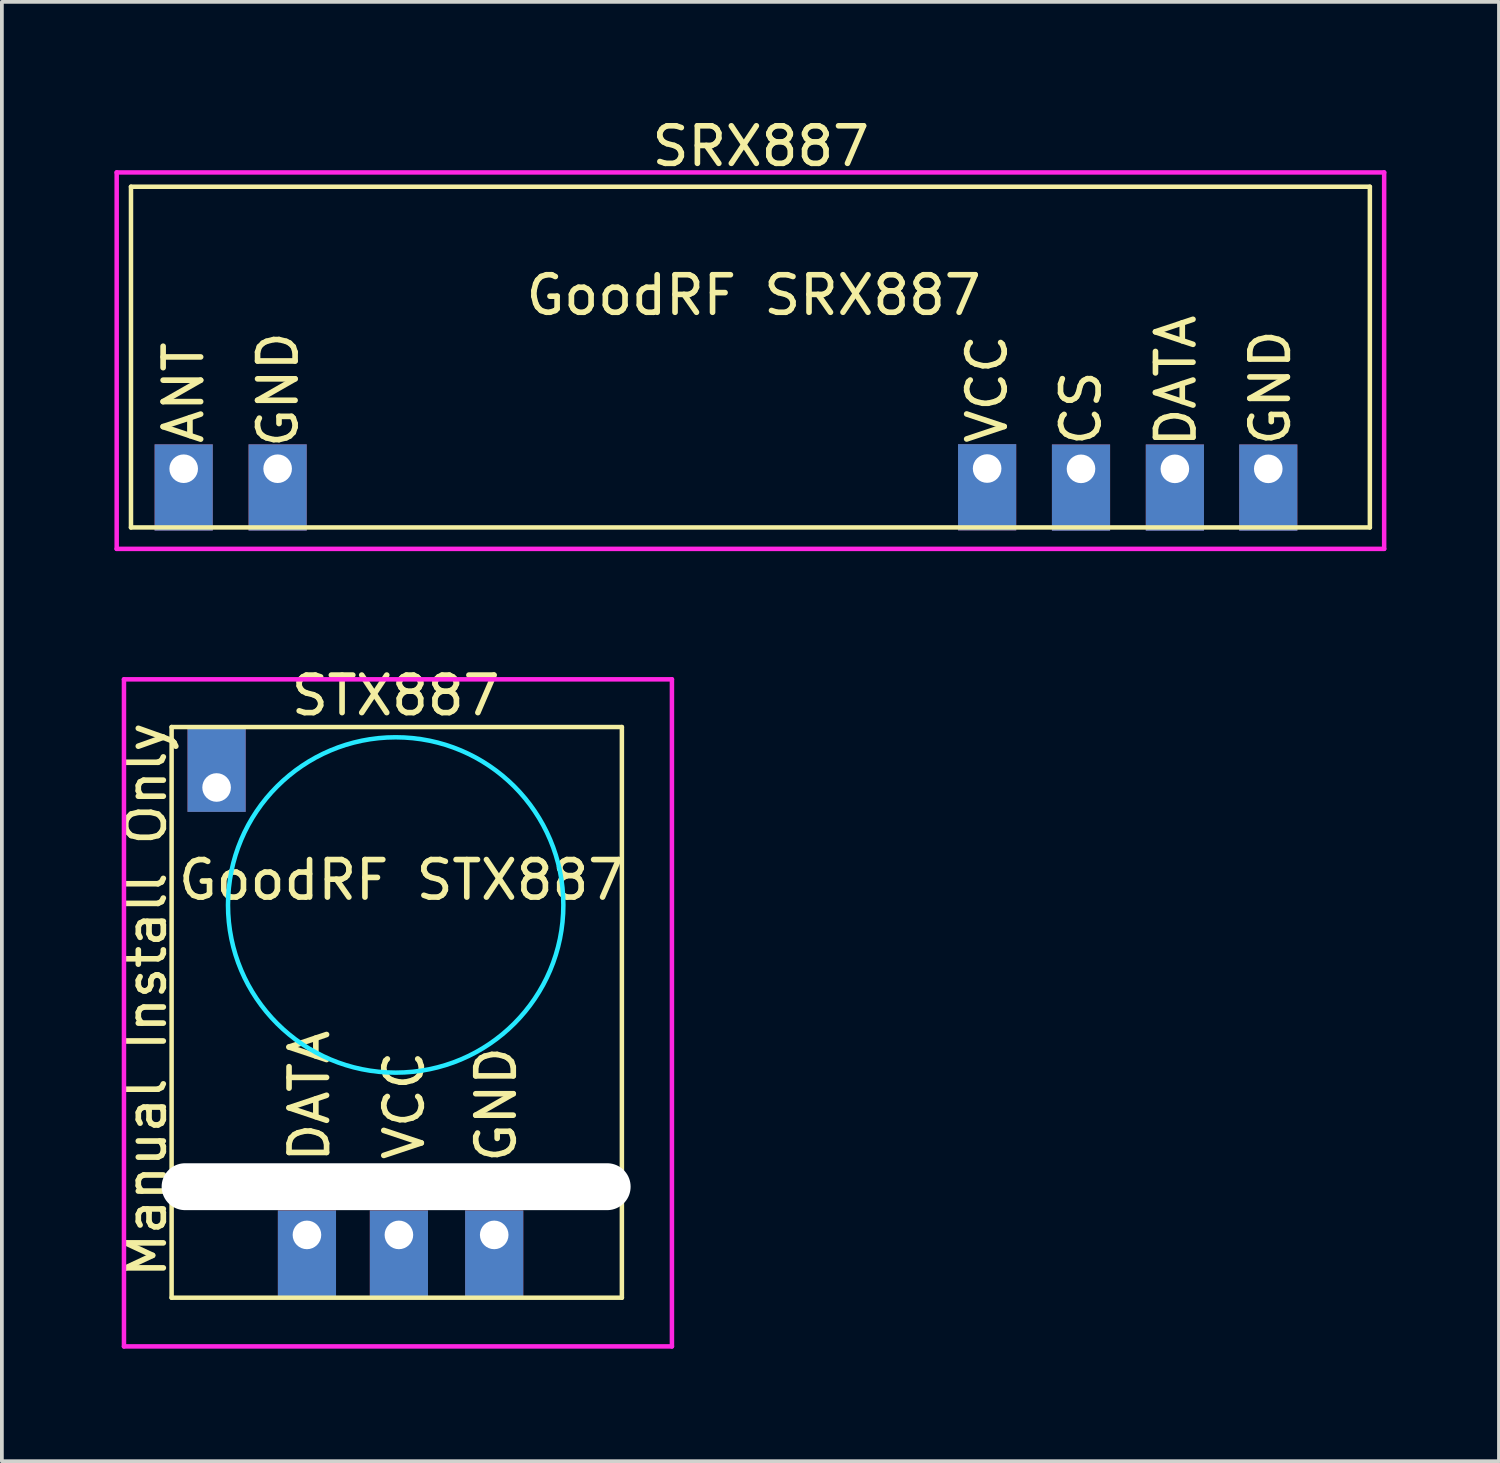
<source format=kicad_pcb>
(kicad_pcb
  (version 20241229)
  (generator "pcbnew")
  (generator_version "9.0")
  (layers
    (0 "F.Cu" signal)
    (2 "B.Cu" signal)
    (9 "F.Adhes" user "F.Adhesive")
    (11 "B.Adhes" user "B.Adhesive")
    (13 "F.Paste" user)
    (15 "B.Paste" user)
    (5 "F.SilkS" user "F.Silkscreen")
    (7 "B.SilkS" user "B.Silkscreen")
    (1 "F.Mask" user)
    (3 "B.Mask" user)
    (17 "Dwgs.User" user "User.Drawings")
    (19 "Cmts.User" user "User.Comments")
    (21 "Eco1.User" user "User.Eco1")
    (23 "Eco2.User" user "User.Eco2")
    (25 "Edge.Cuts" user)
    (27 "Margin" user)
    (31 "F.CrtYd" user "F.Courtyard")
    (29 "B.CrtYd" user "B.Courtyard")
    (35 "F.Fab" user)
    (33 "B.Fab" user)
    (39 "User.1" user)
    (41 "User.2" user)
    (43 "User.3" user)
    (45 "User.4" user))
  (footprint "STX887"
    (layer "F.Cu")
    (at 7.526 23.933)
    (property "Reference" "STX887" (at -0.03 -8.445 0) (layer "F.SilkS") (effects (font (size 1 1) (thickness 0.15))))
    (attr through_hole)
    (fp_line (start -6.002 -7.605) (end 5.999 -7.605) (stroke (width 0.12) (type solid)) (layer "F.SilkS"))
    (fp_line (start -6.002 7.605) (end -6.002 -7.605) (stroke (width 0.12) (type solid)) (layer "F.SilkS"))
    (fp_line (start 5.999 -7.605) (end 5.999 7.605) (stroke (width 0.12) (type solid)) (layer "F.SilkS"))
    (fp_line (start 5.999 7.605) (end -6.002 7.605) (stroke (width 0.12) (type solid)) (layer "F.SilkS"))
    (fp_circle (center -0.03 -2.863) (end 4.404 -2.304) (stroke (width 0.12) (type solid)) (fill no) (layer "B.CrtYd"))
    (fp_line (start -7.272 -8.877) (end 7.333 -8.877) (stroke (width 0.12) (type solid)) (layer "F.CrtYd"))
    (fp_line (start -7.272 8.903) (end -7.272 -8.877) (stroke (width 0.12) (type solid)) (layer "F.CrtYd"))
    (fp_line (start 7.333 -8.877) (end 7.333 8.903) (stroke (width 0.12) (type solid)) (layer "F.CrtYd"))
    (fp_line (start 7.333 8.903) (end -7.272 8.903) (stroke (width 0.12) (type solid)) (layer "F.CrtYd"))
    (fp_text user "VCC" (at 0.198 2.479 90) (layer "F.SilkS") (effects (font (size 1 1) (thickness 0.15))))
    (fp_text user "DATA" (at -2.327 2.233 90) (layer "F.SilkS") (effects (font (size 1 1) (thickness 0.15))))
    (fp_text user "GoodRF STX887" (at 0.127 -3.528 0) (layer "F.SilkS") (effects (font (size 1 1) (thickness 0.15))))
    (fp_text user "Manual Install Only" (at -6.678 -0.333 90) (layer "F.SilkS") (effects (font (size 1 1) (thickness 0.15))))
    (fp_text user "GND" (at 2.649 2.454 90) (layer "F.SilkS") (effects (font (size 1 1) (thickness 0.15))))
    (pad "" np_thru_hole oval (at -0.018 4.646) (size 12.5 1.25) (drill oval 12.5 1.25) (layers "*.Cu" "*.Mask"))
    (pad "1" thru_hole rect (at -4.803 -5.994 180) (size 1.55 2.3) (drill 0.762 (offset 0 0.5)) (layers "*.Cu" "*.Mask"))
    (pad "2" thru_hole rect (at -2.395 5.931) (size 1.55 2.3) (drill 0.762 (offset 0 0.5)) (layers "*.Cu" "*.Mask"))
    (pad "3" thru_hole rect (at 0.056 5.931) (size 1.55 2.3) (drill 0.762 (offset 0 0.5)) (layers "*.Cu" "*.Mask"))
    (pad "4" thru_hole rect (at 2.596 5.931) (size 1.55 2.3) (drill 0.762 (offset 0 0.5)) (layers "*.Cu" "*.Mask")))
  (footprint "SRX887"
    (layer "F.Cu")
    (at 16.951 6.469)
    (property "Reference" "SRX887" (at 0.277 -5.621 0) (layer "F.SilkS") (effects (font (size 1 1) (thickness 0.15))))
    (attr smd)
    (fp_line (start -16.51 -4.542) (end 16.51 -4.542) (stroke (width 0.12) (type solid)) (layer "F.SilkS"))
    (fp_line (start -16.51 4.539) (end -16.51 -4.542) (stroke (width 0.12) (type solid)) (layer "F.SilkS"))
    (fp_line (start 16.51 -4.542) (end 16.51 4.539) (stroke (width 0.12) (type solid)) (layer "F.SilkS"))
    (fp_line (start 16.51 4.539) (end -16.51 4.539) (stroke (width 0.12) (type solid)) (layer "F.SilkS"))
    (fp_line (start -16.891 -4.923) (end 16.891 -4.923) (stroke (width 0.12) (type solid)) (layer "F.CrtYd"))
    (fp_line (start -16.891 5.11) (end -16.891 -4.923) (stroke (width 0.12) (type solid)) (layer "F.CrtYd"))
    (fp_line (start 16.891 -4.923) (end 16.891 5.11) (stroke (width 0.12) (type solid)) (layer "F.CrtYd"))
    (fp_line (start 16.891 5.11) (end -16.891 5.11) (stroke (width 0.12) (type solid)) (layer "F.CrtYd"))
    (fp_text user "CS" (at 8.811 1.359 90) (layer "F.SilkS") (effects (font (size 1 1) (thickness 0.15))))
    (fp_text user "DATA" (at 11.341 2.471 90) (layer "F.SilkS") (effects (font (size 1 1) (thickness 0.15)) (justify left)))
    (fp_text user "ANT" (at -15.108 0.947 90) (layer "F.SilkS") (effects (font (size 1 1) (thickness 0.15))))
    (fp_text user "GoodRF SRX887" (at 0.086 -1.651 0) (layer "F.SilkS") (effects (font (size 1 1) (thickness 0.15))))
    (fp_text user "VCC" (at 6.309 0.848 90) (layer "F.SilkS") (effects (font (size 1 1) (thickness 0.15))))
    (fp_text user "GND" (at 13.856 0.813 90) (layer "F.SilkS") (effects (font (size 1 1) (thickness 0.15))))
    (fp_text user "GND" (at -12.591 0.864 270) (layer "F.SilkS") (effects (font (size 1 1) (thickness 0.15))))
    (pad "1" thru_hole rect (at -15.105 2.974) (size 1.55 2.3) (drill 0.762 (offset 0 0.5)) (layers "*.Cu" "*.Mask"))
    (pad "2" thru_hole rect (at -12.601 2.974) (size 1.55 2.3) (drill 0.762 (offset 0 0.5)) (layers "*.Cu" "*.Mask"))
    (pad "3" thru_hole rect (at 6.309 2.969) (size 1.55 2.3) (drill 0.762 (offset 0 0.5)) (layers "*.Cu" "*.Mask"))
    (pad "4" thru_hole rect (at 8.811 2.977) (size 1.55 2.3) (drill 0.762 (offset 0 0.5)) (layers "*.Cu" "*.Mask"))
    (pad "5" thru_hole rect (at 11.313 2.977) (size 1.55 2.3) (drill 0.762 (offset 0 0.5)) (layers "*.Cu" "*.Mask"))
    (pad "6" thru_hole rect (at 13.802 2.977) (size 1.55 2.3) (drill 0.762 (offset 0 0.5)) (layers "*.Cu" "*.Mask")))
  (gr_rect
    (start -3 -3)
    (end 36.902 35.896)
    (stroke (width 0.1) (type default))
    (fill no)
    (layer "Edge.Cuts")))
</source>
